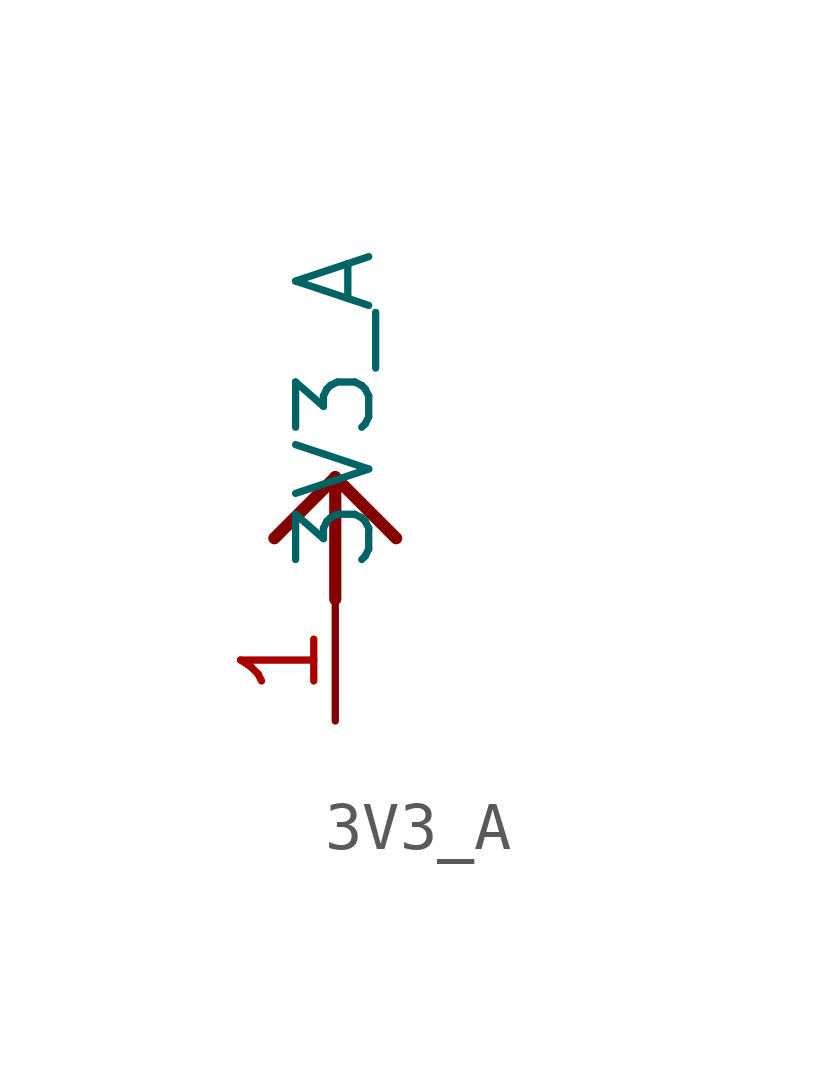
<source format=kicad_sym>
(kicad_symbol_lib
  (version 20241209)
  (generator "kicad_symbol_editor")
  (generator_version "9.0")
  (symbol "3V3_A"
    (power)
    (property "Reference" ""
      (at 0 0 0)
      (effects (font (size 1.27 1.27)) (hide yes)))
    (property "Value" ""
      (at 5.08 0 0)
      (effects (font (size 1.778 1.511)) (justify left bottom)))
    (property "ki_locked" ""
      (at 0 0 0)
      (effects (font (size 1.27 1.27))))
    (symbol "3V3_A_1_0"
      (polyline (pts (xy 0 0) (xy -1.27 -1.27)) (stroke (width 0.254) (type solid)) (fill (type none)))
      (polyline (pts (xy 0 0) (xy 0 -2.54)) (stroke (width 0.254) (type solid)) (fill (type none)))
      (polyline (pts (xy 0 0) (xy 1.27 -1.27)) (stroke (width 0.254) (type solid)) (fill (type none)))
      (pin power_in line (at 0 -5.08 90) (length 2.54) (name "3V3_A" (effects (font (size 1.524 1.524)))) (number "1" (effects (font (size 1.524 1.524))))))))
</source>
